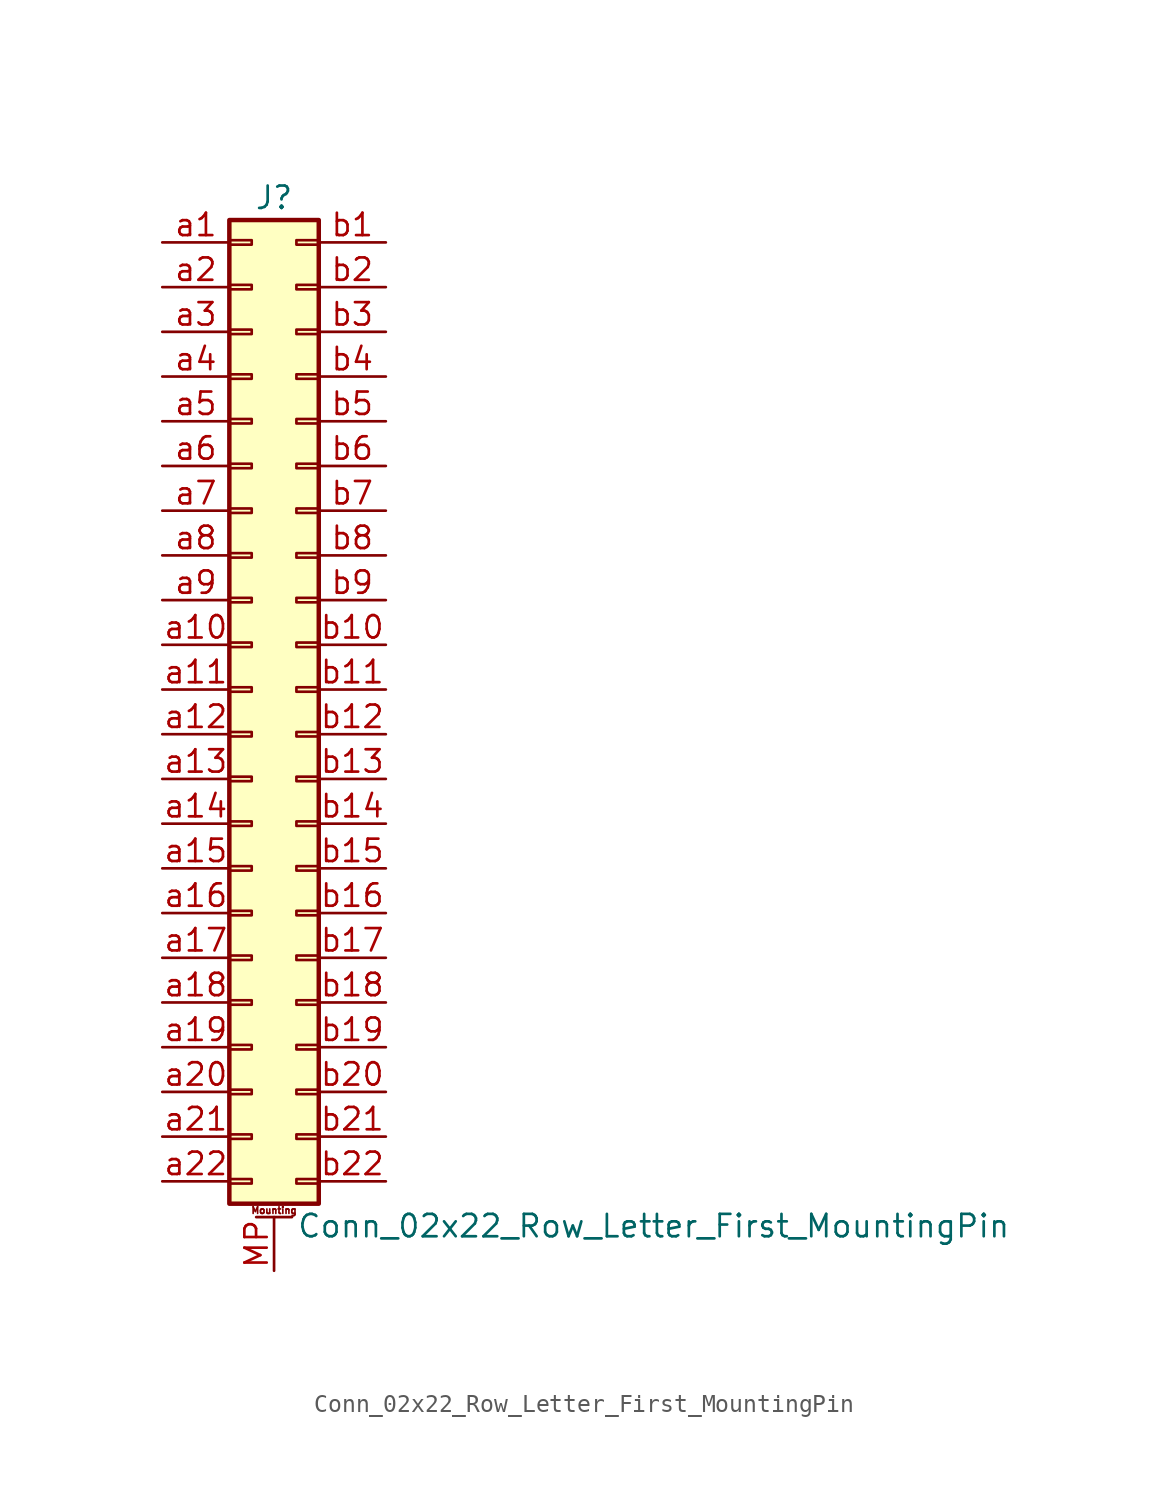
<source format=kicad_sym>
(kicad_symbol_lib
  (version 20220914)
  (generator kicad_symbol_editor)
  (symbol "Conn_02x22_Row_Letter_First_MountingPin"
    (pin_names
      (offset 1.016) hide)
    (property "Reference" "J"
      (at 1.27 27.94 0)
      (effects (font (size 1.27 1.27))))
    (property "Value" "Conn_02x22_Row_Letter_First_MountingPin"
      (at 2.54 -30.48 0)
      (effects (font (size 1.27 1.27)) (justify left)))
    (symbol "Conn_02x22_Row_Letter_First_MountingPin_1_1"
      (rectangle (start -1.27 -27.813) (end 0 -28.067) (stroke (width 0.152) (type default)) (fill (type none)))
      (rectangle (start -1.27 -25.273) (end 0 -25.527) (stroke (width 0.152) (type default)) (fill (type none)))
      (rectangle (start -1.27 -22.733) (end 0 -22.987) (stroke (width 0.152) (type default)) (fill (type none)))
      (rectangle (start -1.27 -20.193) (end 0 -20.447) (stroke (width 0.152) (type default)) (fill (type none)))
      (rectangle (start -1.27 -17.653) (end 0 -17.907) (stroke (width 0.152) (type default)) (fill (type none)))
      (rectangle (start -1.27 -15.113) (end 0 -15.367) (stroke (width 0.152) (type default)) (fill (type none)))
      (rectangle (start -1.27 -12.573) (end 0 -12.827) (stroke (width 0.152) (type default)) (fill (type none)))
      (rectangle (start -1.27 -10.033) (end 0 -10.287) (stroke (width 0.152) (type default)) (fill (type none)))
      (rectangle (start -1.27 -7.493) (end 0 -7.747) (stroke (width 0.152) (type default)) (fill (type none)))
      (rectangle (start -1.27 -4.953) (end 0 -5.207) (stroke (width 0.152) (type default)) (fill (type none)))
      (rectangle (start -1.27 -2.413) (end 0 -2.667) (stroke (width 0.152) (type default)) (fill (type none)))
      (rectangle (start -1.27 0.127) (end 0 -0.127) (stroke (width 0.152) (type default)) (fill (type none)))
      (rectangle (start -1.27 2.667) (end 0 2.413) (stroke (width 0.152) (type default)) (fill (type none)))
      (rectangle (start -1.27 5.207) (end 0 4.953) (stroke (width 0.152) (type default)) (fill (type none)))
      (rectangle (start -1.27 7.747) (end 0 7.493) (stroke (width 0.152) (type default)) (fill (type none)))
      (rectangle (start -1.27 10.287) (end 0 10.033) (stroke (width 0.152) (type default)) (fill (type none)))
      (rectangle (start -1.27 12.827) (end 0 12.573) (stroke (width 0.152) (type default)) (fill (type none)))
      (rectangle (start -1.27 15.367) (end 0 15.113) (stroke (width 0.152) (type default)) (fill (type none)))
      (rectangle (start -1.27 17.907) (end 0 17.653) (stroke (width 0.152) (type default)) (fill (type none)))
      (rectangle (start -1.27 20.447) (end 0 20.193) (stroke (width 0.152) (type default)) (fill (type none)))
      (rectangle (start -1.27 22.987) (end 0 22.733) (stroke (width 0.152) (type default)) (fill (type none)))
      (rectangle (start -1.27 25.527) (end 0 25.273) (stroke (width 0.152) (type default)) (fill (type none)))
      (rectangle (start -1.27 26.67) (end 3.81 -29.21) (stroke (width 0.254) (type default)) (fill (type background)))
      (polyline (pts (xy 0.254 -29.972) (xy 2.286 -29.972)) (stroke (width 0.152) (type default)) (fill (type none)))
      (rectangle (start 3.81 -27.813) (end 2.54 -28.067) (stroke (width 0.152) (type default)) (fill (type none)))
      (rectangle (start 3.81 -25.273) (end 2.54 -25.527) (stroke (width 0.152) (type default)) (fill (type none)))
      (rectangle (start 3.81 -22.733) (end 2.54 -22.987) (stroke (width 0.152) (type default)) (fill (type none)))
      (rectangle (start 3.81 -20.193) (end 2.54 -20.447) (stroke (width 0.152) (type default)) (fill (type none)))
      (rectangle (start 3.81 -17.653) (end 2.54 -17.907) (stroke (width 0.152) (type default)) (fill (type none)))
      (rectangle (start 3.81 -15.113) (end 2.54 -15.367) (stroke (width 0.152) (type default)) (fill (type none)))
      (rectangle (start 3.81 -12.573) (end 2.54 -12.827) (stroke (width 0.152) (type default)) (fill (type none)))
      (rectangle (start 3.81 -10.033) (end 2.54 -10.287) (stroke (width 0.152) (type default)) (fill (type none)))
      (rectangle (start 3.81 -7.493) (end 2.54 -7.747) (stroke (width 0.152) (type default)) (fill (type none)))
      (rectangle (start 3.81 -4.953) (end 2.54 -5.207) (stroke (width 0.152) (type default)) (fill (type none)))
      (rectangle (start 3.81 -2.413) (end 2.54 -2.667) (stroke (width 0.152) (type default)) (fill (type none)))
      (rectangle (start 3.81 0.127) (end 2.54 -0.127) (stroke (width 0.152) (type default)) (fill (type none)))
      (rectangle (start 3.81 2.667) (end 2.54 2.413) (stroke (width 0.152) (type default)) (fill (type none)))
      (rectangle (start 3.81 5.207) (end 2.54 4.953) (stroke (width 0.152) (type default)) (fill (type none)))
      (rectangle (start 3.81 7.747) (end 2.54 7.493) (stroke (width 0.152) (type default)) (fill (type none)))
      (rectangle (start 3.81 10.287) (end 2.54 10.033) (stroke (width 0.152) (type default)) (fill (type none)))
      (rectangle (start 3.81 12.827) (end 2.54 12.573) (stroke (width 0.152) (type default)) (fill (type none)))
      (rectangle (start 3.81 15.367) (end 2.54 15.113) (stroke (width 0.152) (type default)) (fill (type none)))
      (rectangle (start 3.81 17.907) (end 2.54 17.653) (stroke (width 0.152) (type default)) (fill (type none)))
      (rectangle (start 3.81 20.447) (end 2.54 20.193) (stroke (width 0.152) (type default)) (fill (type none)))
      (rectangle (start 3.81 22.987) (end 2.54 22.733) (stroke (width 0.152) (type default)) (fill (type none)))
      (rectangle (start 3.81 25.527) (end 2.54 25.273) (stroke (width 0.152) (type default)) (fill (type none)))
      (text "Mounting" (at 1.27 -29.591 0) (effects (font (size 0.381 0.381))))
      (pin passive line (at 1.27 -33.02 90) (length 3.048) (name "MountPin" (effects (font (size 1.27 1.27)))) (number "MP" (effects (font (size 1.27 1.27)))))
      (pin passive line (at -5.08 25.4 0) (length 3.81) (name "Pin_a1" (effects (font (size 1.27 1.27)))) (number "a1" (effects (font (size 1.27 1.27)))))
      (pin passive line (at -5.08 2.54 0) (length 3.81) (name "Pin_a10" (effects (font (size 1.27 1.27)))) (number "a10" (effects (font (size 1.27 1.27)))))
      (pin passive line (at -5.08 0 0) (length 3.81) (name "Pin_a11" (effects (font (size 1.27 1.27)))) (number "a11" (effects (font (size 1.27 1.27)))))
      (pin passive line (at -5.08 -2.54 0) (length 3.81) (name "Pin_a12" (effects (font (size 1.27 1.27)))) (number "a12" (effects (font (size 1.27 1.27)))))
      (pin passive line (at -5.08 -5.08 0) (length 3.81) (name "Pin_a13" (effects (font (size 1.27 1.27)))) (number "a13" (effects (font (size 1.27 1.27)))))
      (pin passive line (at -5.08 -7.62 0) (length 3.81) (name "Pin_a14" (effects (font (size 1.27 1.27)))) (number "a14" (effects (font (size 1.27 1.27)))))
      (pin passive line (at -5.08 -10.16 0) (length 3.81) (name "Pin_a15" (effects (font (size 1.27 1.27)))) (number "a15" (effects (font (size 1.27 1.27)))))
      (pin passive line (at -5.08 -12.7 0) (length 3.81) (name "Pin_a16" (effects (font (size 1.27 1.27)))) (number "a16" (effects (font (size 1.27 1.27)))))
      (pin passive line (at -5.08 -15.24 0) (length 3.81) (name "Pin_a17" (effects (font (size 1.27 1.27)))) (number "a17" (effects (font (size 1.27 1.27)))))
      (pin passive line (at -5.08 -17.78 0) (length 3.81) (name "Pin_a18" (effects (font (size 1.27 1.27)))) (number "a18" (effects (font (size 1.27 1.27)))))
      (pin passive line (at -5.08 -20.32 0) (length 3.81) (name "Pin_a19" (effects (font (size 1.27 1.27)))) (number "a19" (effects (font (size 1.27 1.27)))))
      (pin passive line (at -5.08 22.86 0) (length 3.81) (name "Pin_a2" (effects (font (size 1.27 1.27)))) (number "a2" (effects (font (size 1.27 1.27)))))
      (pin passive line (at -5.08 -22.86 0) (length 3.81) (name "Pin_a20" (effects (font (size 1.27 1.27)))) (number "a20" (effects (font (size 1.27 1.27)))))
      (pin passive line (at -5.08 -25.4 0) (length 3.81) (name "Pin_a21" (effects (font (size 1.27 1.27)))) (number "a21" (effects (font (size 1.27 1.27)))))
      (pin passive line (at -5.08 -27.94 0) (length 3.81) (name "Pin_a22" (effects (font (size 1.27 1.27)))) (number "a22" (effects (font (size 1.27 1.27)))))
      (pin passive line (at -5.08 20.32 0) (length 3.81) (name "Pin_a3" (effects (font (size 1.27 1.27)))) (number "a3" (effects (font (size 1.27 1.27)))))
      (pin passive line (at -5.08 17.78 0) (length 3.81) (name "Pin_a4" (effects (font (size 1.27 1.27)))) (number "a4" (effects (font (size 1.27 1.27)))))
      (pin passive line (at -5.08 15.24 0) (length 3.81) (name "Pin_a5" (effects (font (size 1.27 1.27)))) (number "a5" (effects (font (size 1.27 1.27)))))
      (pin passive line (at -5.08 12.7 0) (length 3.81) (name "Pin_a6" (effects (font (size 1.27 1.27)))) (number "a6" (effects (font (size 1.27 1.27)))))
      (pin passive line (at -5.08 10.16 0) (length 3.81) (name "Pin_a7" (effects (font (size 1.27 1.27)))) (number "a7" (effects (font (size 1.27 1.27)))))
      (pin passive line (at -5.08 7.62 0) (length 3.81) (name "Pin_a8" (effects (font (size 1.27 1.27)))) (number "a8" (effects (font (size 1.27 1.27)))))
      (pin passive line (at -5.08 5.08 0) (length 3.81) (name "Pin_a9" (effects (font (size 1.27 1.27)))) (number "a9" (effects (font (size 1.27 1.27)))))
      (pin passive line (at 7.62 25.4 180) (length 3.81) (name "Pin_b1" (effects (font (size 1.27 1.27)))) (number "b1" (effects (font (size 1.27 1.27)))))
      (pin passive line (at 7.62 2.54 180) (length 3.81) (name "Pin_b10" (effects (font (size 1.27 1.27)))) (number "b10" (effects (font (size 1.27 1.27)))))
      (pin passive line (at 7.62 0 180) (length 3.81) (name "Pin_b11" (effects (font (size 1.27 1.27)))) (number "b11" (effects (font (size 1.27 1.27)))))
      (pin passive line (at 7.62 -2.54 180) (length 3.81) (name "Pin_b12" (effects (font (size 1.27 1.27)))) (number "b12" (effects (font (size 1.27 1.27)))))
      (pin passive line (at 7.62 -5.08 180) (length 3.81) (name "Pin_b13" (effects (font (size 1.27 1.27)))) (number "b13" (effects (font (size 1.27 1.27)))))
      (pin passive line (at 7.62 -7.62 180) (length 3.81) (name "Pin_b14" (effects (font (size 1.27 1.27)))) (number "b14" (effects (font (size 1.27 1.27)))))
      (pin passive line (at 7.62 -10.16 180) (length 3.81) (name "Pin_b15" (effects (font (size 1.27 1.27)))) (number "b15" (effects (font (size 1.27 1.27)))))
      (pin passive line (at 7.62 -12.7 180) (length 3.81) (name "Pin_b16" (effects (font (size 1.27 1.27)))) (number "b16" (effects (font (size 1.27 1.27)))))
      (pin passive line (at 7.62 -15.24 180) (length 3.81) (name "Pin_b17" (effects (font (size 1.27 1.27)))) (number "b17" (effects (font (size 1.27 1.27)))))
      (pin passive line (at 7.62 -17.78 180) (length 3.81) (name "Pin_b18" (effects (font (size 1.27 1.27)))) (number "b18" (effects (font (size 1.27 1.27)))))
      (pin passive line (at 7.62 -20.32 180) (length 3.81) (name "Pin_b19" (effects (font (size 1.27 1.27)))) (number "b19" (effects (font (size 1.27 1.27)))))
      (pin passive line (at 7.62 22.86 180) (length 3.81) (name "Pin_b2" (effects (font (size 1.27 1.27)))) (number "b2" (effects (font (size 1.27 1.27)))))
      (pin passive line (at 7.62 -22.86 180) (length 3.81) (name "Pin_b20" (effects (font (size 1.27 1.27)))) (number "b20" (effects (font (size 1.27 1.27)))))
      (pin passive line (at 7.62 -25.4 180) (length 3.81) (name "Pin_b21" (effects (font (size 1.27 1.27)))) (number "b21" (effects (font (size 1.27 1.27)))))
      (pin passive line (at 7.62 -27.94 180) (length 3.81) (name "Pin_b22" (effects (font (size 1.27 1.27)))) (number "b22" (effects (font (size 1.27 1.27)))))
      (pin passive line (at 7.62 20.32 180) (length 3.81) (name "Pin_b3" (effects (font (size 1.27 1.27)))) (number "b3" (effects (font (size 1.27 1.27)))))
      (pin passive line (at 7.62 17.78 180) (length 3.81) (name "Pin_b4" (effects (font (size 1.27 1.27)))) (number "b4" (effects (font (size 1.27 1.27)))))
      (pin passive line (at 7.62 15.24 180) (length 3.81) (name "Pin_b5" (effects (font (size 1.27 1.27)))) (number "b5" (effects (font (size 1.27 1.27)))))
      (pin passive line (at 7.62 12.7 180) (length 3.81) (name "Pin_b6" (effects (font (size 1.27 1.27)))) (number "b6" (effects (font (size 1.27 1.27)))))
      (pin passive line (at 7.62 10.16 180) (length 3.81) (name "Pin_b7" (effects (font (size 1.27 1.27)))) (number "b7" (effects (font (size 1.27 1.27)))))
      (pin passive line (at 7.62 7.62 180) (length 3.81) (name "Pin_b8" (effects (font (size 1.27 1.27)))) (number "b8" (effects (font (size 1.27 1.27)))))
      (pin passive line (at 7.62 5.08 180) (length 3.81) (name "Pin_b9" (effects (font (size 1.27 1.27)))) (number "b9" (effects (font (size 1.27 1.27))))))))
</source>
